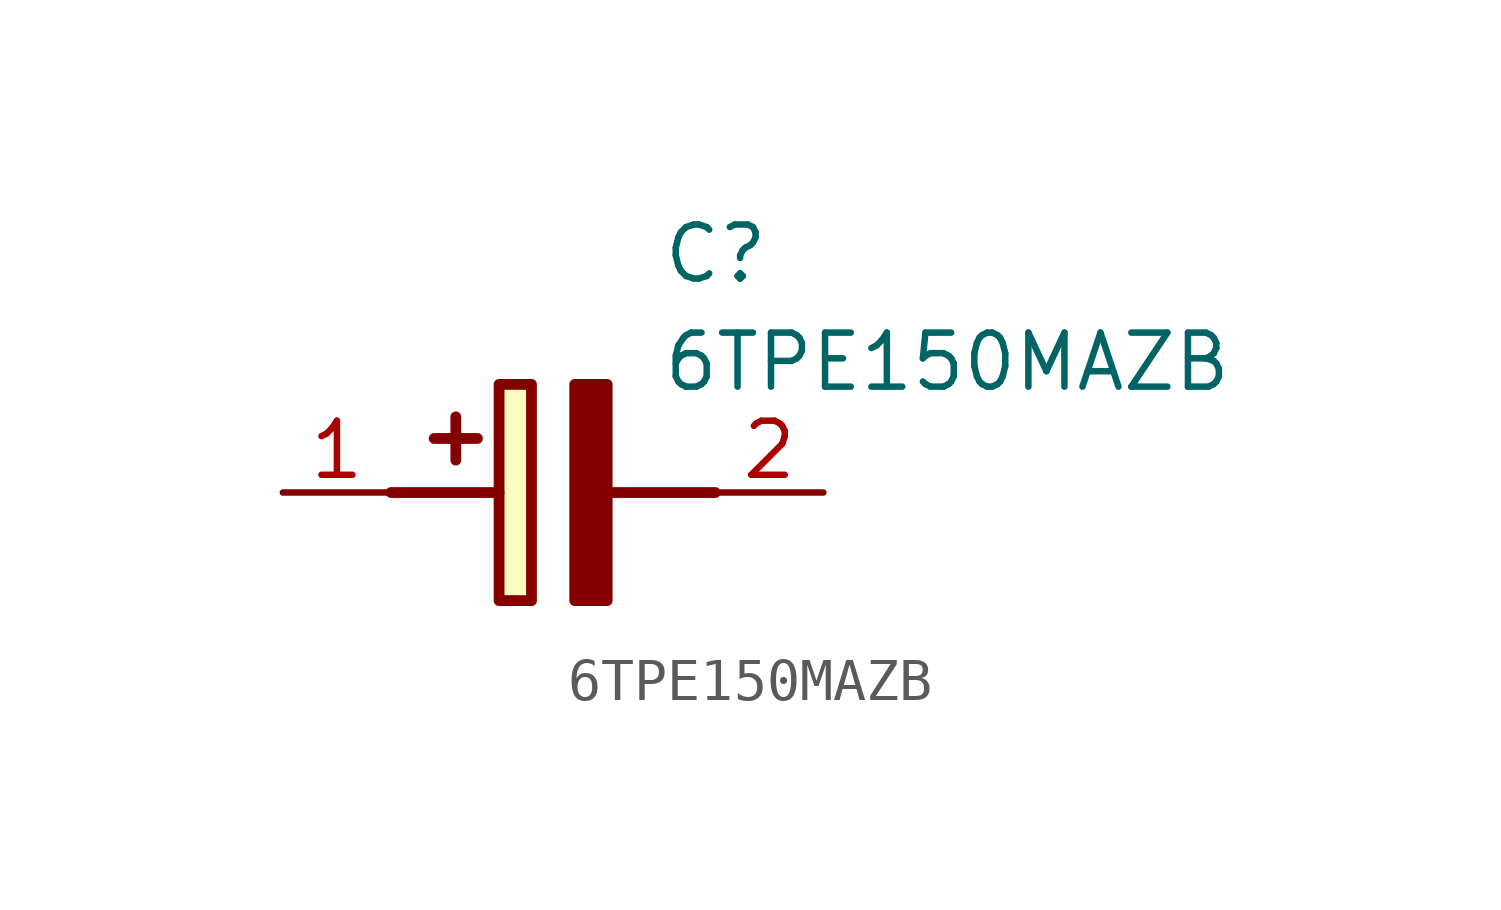
<source format=kicad_sym>
(kicad_symbol_lib
  (version 20211014)
  (generator SamacSys_ECAD_Model)
  (symbol "6TPE150MAZB"
    (pin_names hide)
    (property "Reference" "C"
      (at 8.89 6.35 0)
      (effects (font (size 1.27 1.27)) (justify left top)))
    (property "Value" "6TPE150MAZB"
      (at 8.89 3.81 0)
      (effects (font (size 1.27 1.27)) (justify left top)))
    (rectangle
      (start 5.08 2.54)
      (end 5.842 -2.54)
      (stroke (width 0.254) (type default))
      (fill (type background)))
    (polyline
      (pts (xy 4.572 1.27) (xy 3.556 1.27))
      (stroke (width 0.254) (type default))
      (fill (type none)))
    (polyline
      (pts (xy 4.064 1.778) (xy 4.064 0.762))
      (stroke (width 0.254) (type default))
      (fill (type none)))
    (polyline
      (pts (xy 2.54 0) (xy 5.08 0))
      (stroke (width 0.254) (type default))
      (fill (type none)))
    (polyline
      (pts (xy 7.62 0) (xy 10.16 0))
      (stroke (width 0.254) (type default))
      (fill (type none)))
    (polyline
      (pts (xy 7.62 2.54) (xy 7.62 -2.54) (xy 6.858 -2.54) (xy 6.858 2.54) (xy 7.62 2.54))
      (stroke (width 0.254) (type default))
      (fill (type outline)))
    (pin passive line
      (at 0 0 0)
      (length 2.54)
      (name "+" (effects (font (size 1.27 1.27))))
      (number "1" (effects (font (size 1.27 1.27)))))
    (pin passive line
      (at 12.7 0 180)
      (length 2.54)
      (name "-" (effects (font (size 1.27 1.27))))
      (number "2" (effects (font (size 1.27 1.27)))))))
</source>
